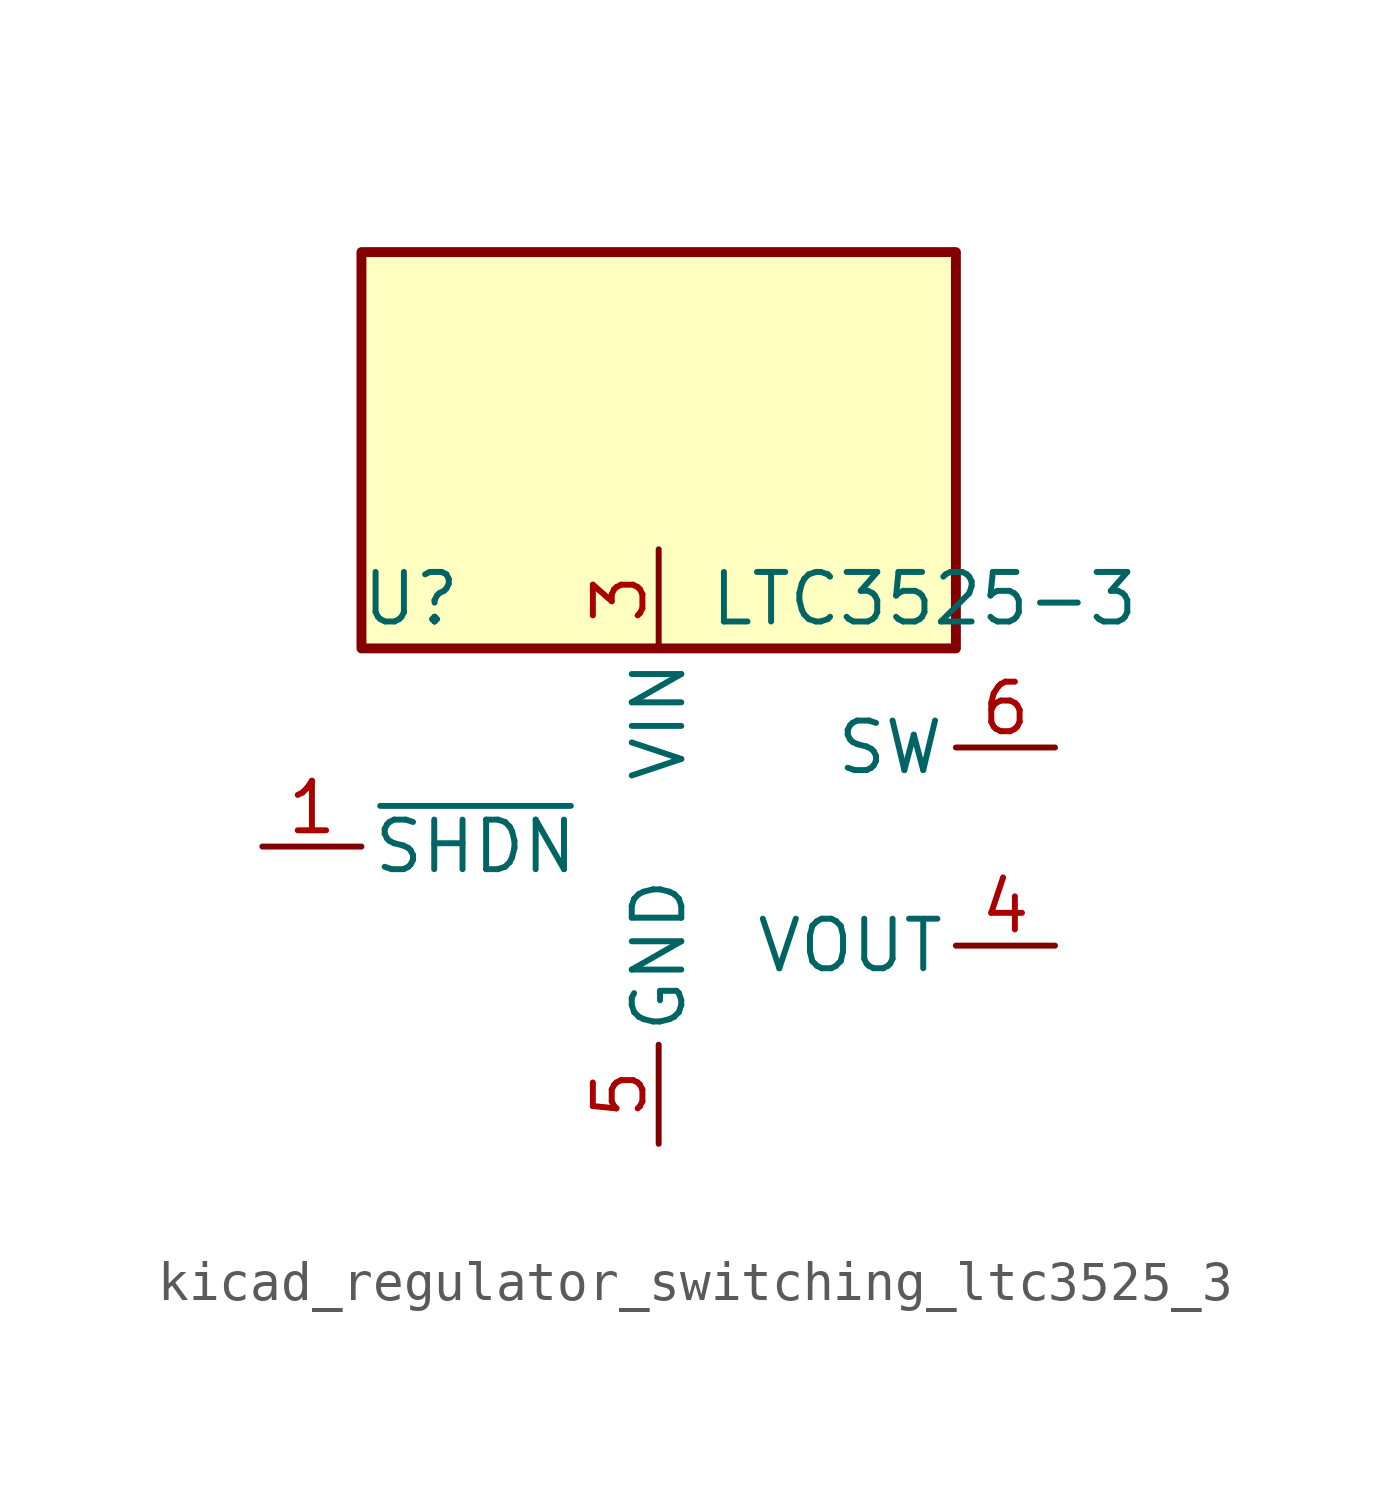
<source format=kicad_sym>
(kicad_symbol_lib
  (version 20220914)
  (generator kicad_symbol_editor)
  (symbol "kicad_regulator_switching_ltc3525_3"
    (pin_names
      (offset 0.254))
    (property "Reference" "U"
      (at -6.35 6.35 0)
      (effects (font (size 1.27 1.27))))
    (property "Value" "LTC3525-3"
      (at 1.27 6.35 0)
      (effects (font (size 1.27 1.27)) (justify left)))
    (symbol "kicad_regulator_switching_ltc3525_3_0_1"
      (rectangle (start 7.62 15.24) (end -7.62 5.08) (stroke (width 0.254) (type default)) (fill (type background))))
    (symbol "kicad_regulator_switching_ltc3525_3_1_1"
      (pin input line (at -10.16 0 0) (length 2.54) (name "~{SHDN}" (effects (font (size 1.27 1.27)))) (number "1" (effects (font (size 1.27 1.27)))))
      (pin passive line (at 0 -7.62 90) (length 2.54) hide (name "GND" (effects (font (size 1.27 1.27)))) (number "2" (effects (font (size 1.27 1.27)))))
      (pin power_in line (at 0 7.62 270) (length 2.54) (name "VIN" (effects (font (size 1.27 1.27)))) (number "3" (effects (font (size 1.27 1.27)))))
      (pin power_out line (at 10.16 -2.54 180) (length 2.54) (name "VOUT" (effects (font (size 1.27 1.27)))) (number "4" (effects (font (size 1.27 1.27)))))
      (pin power_in line (at 0 -7.62 90) (length 2.54) (name "GND" (effects (font (size 1.27 1.27)))) (number "5" (effects (font (size 1.27 1.27)))))
      (pin input line (at 10.16 2.54 180) (length 2.54) (name "SW" (effects (font (size 1.27 1.27)))) (number "6" (effects (font (size 1.27 1.27))))))))
</source>
